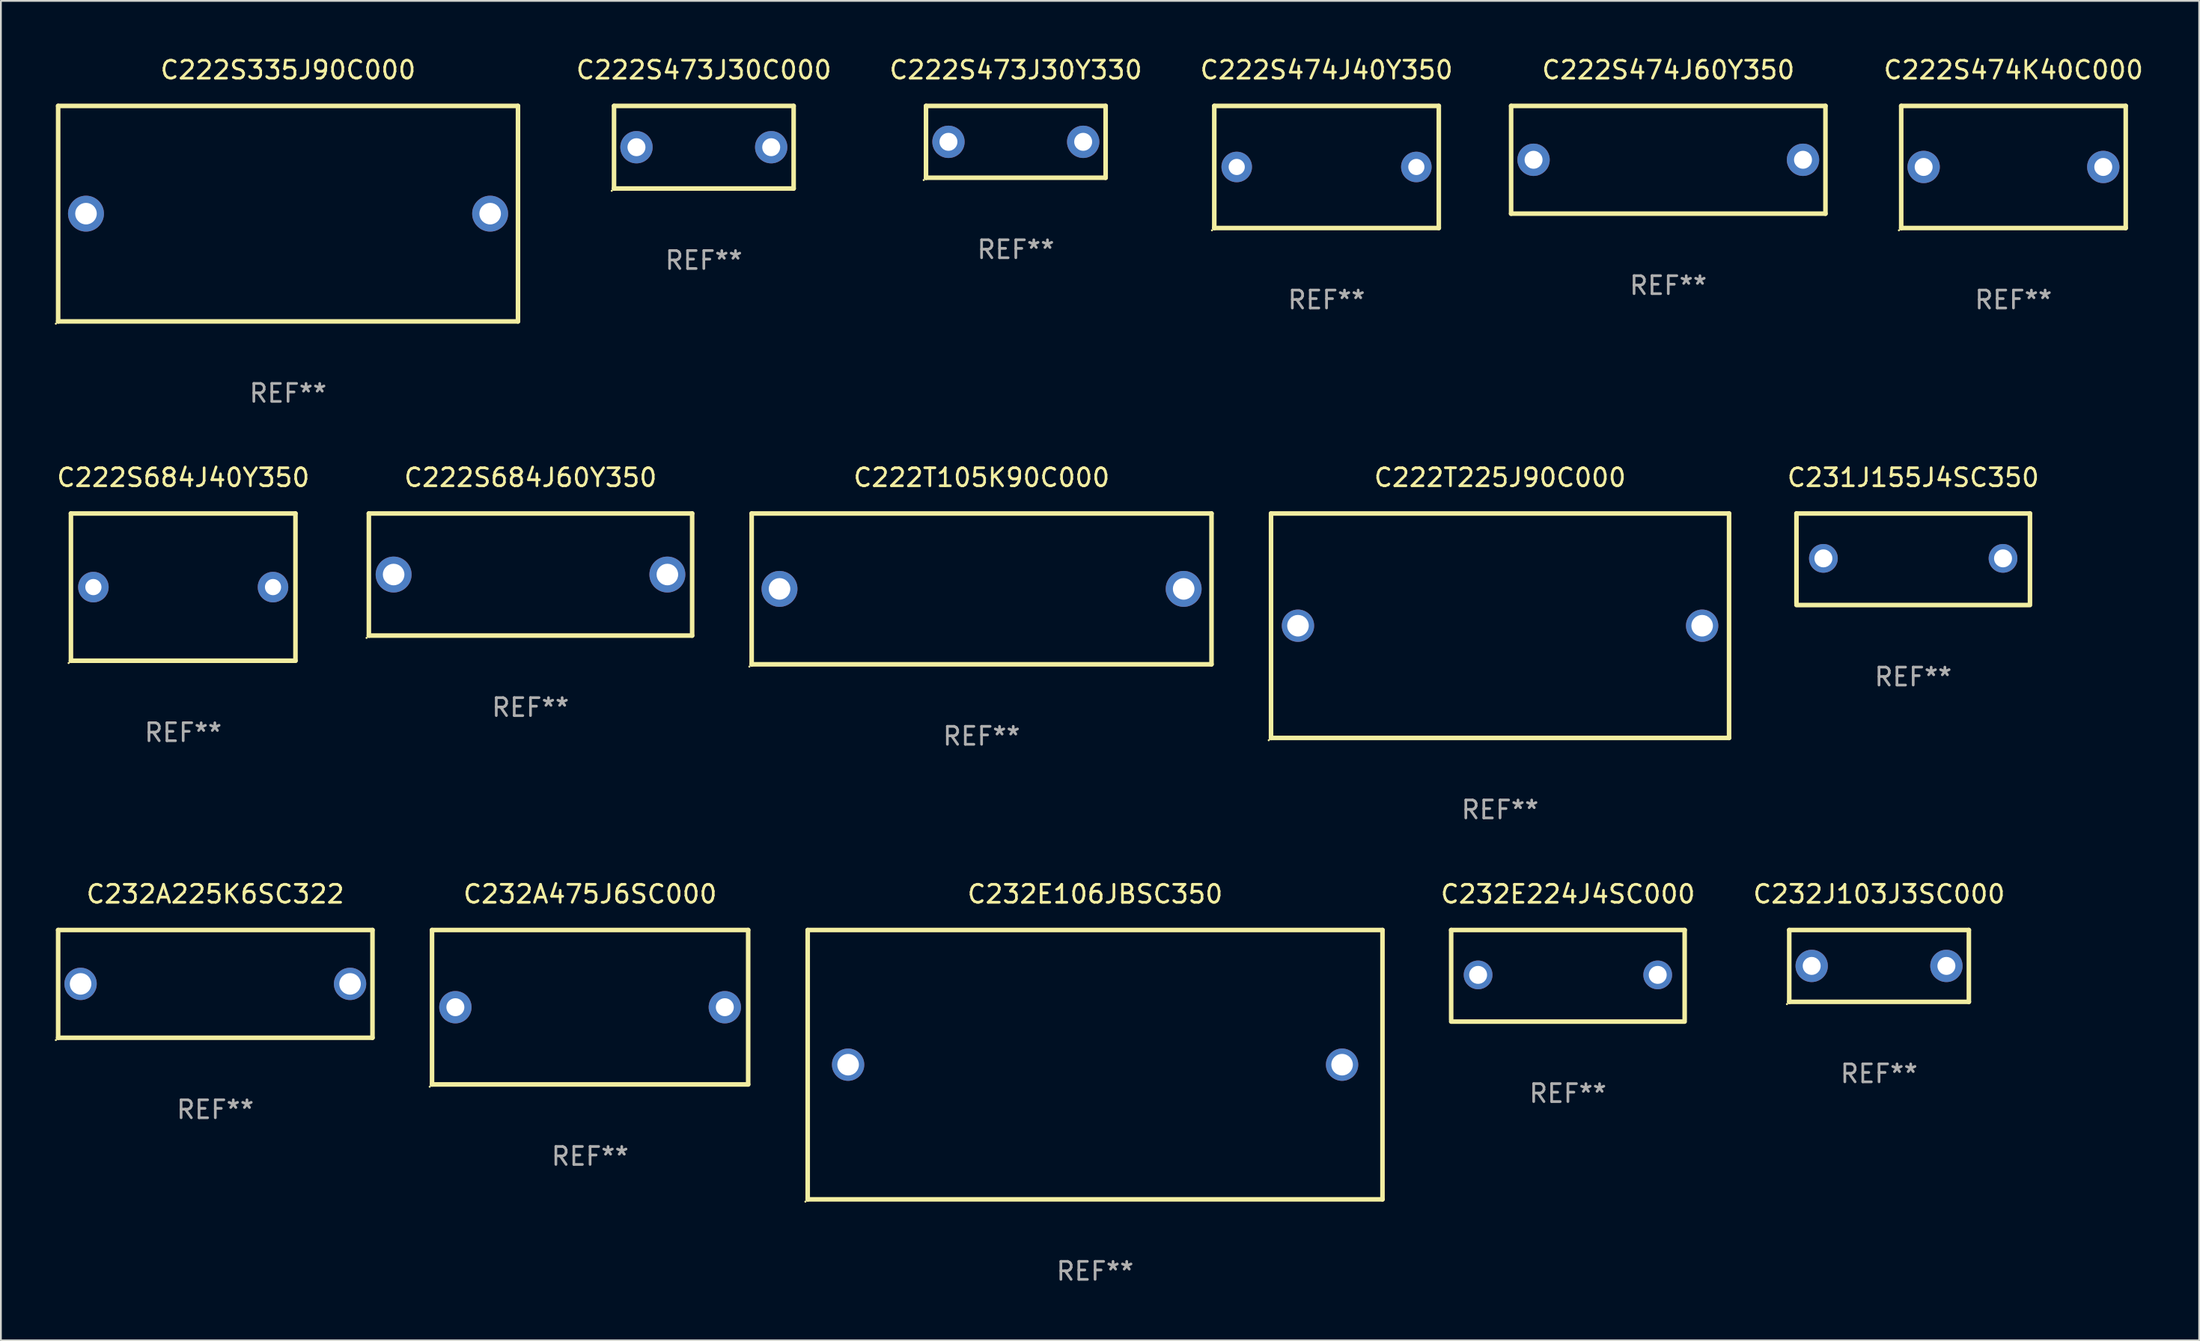
<source format=kicad_pcb>
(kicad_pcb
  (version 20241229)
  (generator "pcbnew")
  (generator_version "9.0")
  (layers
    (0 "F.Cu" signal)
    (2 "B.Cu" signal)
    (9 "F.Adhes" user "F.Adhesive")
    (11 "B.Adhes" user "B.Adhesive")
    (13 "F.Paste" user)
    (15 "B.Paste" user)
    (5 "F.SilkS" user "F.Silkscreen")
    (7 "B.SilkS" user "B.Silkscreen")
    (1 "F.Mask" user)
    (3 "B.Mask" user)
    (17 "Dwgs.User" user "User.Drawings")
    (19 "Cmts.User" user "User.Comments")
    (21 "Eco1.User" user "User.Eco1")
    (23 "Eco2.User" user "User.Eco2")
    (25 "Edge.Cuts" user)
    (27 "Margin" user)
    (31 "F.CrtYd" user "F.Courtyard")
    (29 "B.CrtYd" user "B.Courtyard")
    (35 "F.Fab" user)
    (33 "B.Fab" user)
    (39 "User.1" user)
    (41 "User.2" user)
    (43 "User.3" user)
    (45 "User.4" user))
  (footprint "C232A225K6SC322"
    (layer "F.Cu")
    (at 8.937 51.741)
    (property "Reference" "C232A225K6SC322" (at 0 -5 0) (layer "F.SilkS") (effects (font (size 1 1) (thickness 0.15))))
    (attr through_hole)
    (fp_line (start -8.75 -3) (end 8.75 -3) (stroke (width 0.254) (type solid)) (layer "F.SilkS"))
    (fp_line (start -8.75 3) (end -8.75 -3) (stroke (width 0.254) (type solid)) (layer "F.SilkS"))
    (fp_line (start 8.75 -3) (end 8.75 3) (stroke (width 0.254) (type solid)) (layer "F.SilkS"))
    (fp_line (start 8.75 3) (end -8.75 3) (stroke (width 0.254) (type solid)) (layer "F.SilkS"))
    (fp_circle (center -8.877 3.127) (end -8.847 3.127) (stroke (width 0.06) (type solid)) (fill no) (layer "F.SilkS"))
    (fp_text user "REF**" (at 0 7 0) (layer "F.Fab") (effects (font (size 1 1) (thickness 0.15))))
    (pad "1" thru_hole circle (at -7.501 0) (size 1.8 1.8) (drill 1.2) (layers "*.Cu" "*.Mask"))
    (pad "2" thru_hole circle (at 7.501 0) (size 1.8 1.8) (drill 1.2) (layers "*.Cu" "*.Mask")))
  (footprint "C222S473J30Y330"
    (layer "F.Cu")
    (at 53.503 4.848)
    (property "Reference" "C222S473J30Y330" (at 0 -4 0) (layer "F.SilkS") (effects (font (size 1 1) (thickness 0.15))))
    (attr through_hole)
    (fp_line (start -5 -2) (end 5 -2) (stroke (width 0.254) (type solid)) (layer "F.SilkS"))
    (fp_line (start -5 2) (end -5 -2) (stroke (width 0.254) (type solid)) (layer "F.SilkS"))
    (fp_line (start 5 -2) (end 5 2) (stroke (width 0.254) (type solid)) (layer "F.SilkS"))
    (fp_line (start 5 2) (end -5 2) (stroke (width 0.254) (type solid)) (layer "F.SilkS"))
    (fp_circle (center -5.127 2.127) (end -5.097 2.127) (stroke (width 0.06) (type solid)) (fill no) (layer "F.SilkS"))
    (fp_text user "REF**" (at 0 6 0) (layer "F.Fab") (effects (font (size 1 1) (thickness 0.15))))
    (pad "1" thru_hole circle (at -3.75 0) (size 1.8 1.8) (drill 1) (layers "*.Cu" "*.Mask"))
    (pad "2" thru_hole circle (at 3.75 0) (size 1.8 1.8) (drill 1) (layers "*.Cu" "*.Mask")))
  (footprint "C232E224J4SC000"
    (layer "F.Cu")
    (at 84.239 51.291)
    (property "Reference" "C232E224J4SC000" (at 0 -4.55 0) (layer "F.SilkS") (effects (font (size 1 1) (thickness 0.15))))
    (attr through_hole)
    (fp_line (start -6.5 -2.55) (end 6.5 -2.55) (stroke (width 0.254) (type solid)) (layer "F.SilkS"))
    (fp_line (start -6.5 2.45) (end -6.5 -2.55) (stroke (width 0.254) (type solid)) (layer "F.SilkS"))
    (fp_line (start 6.5 -2.55) (end 6.5 2.45) (stroke (width 0.254) (type solid)) (layer "F.SilkS"))
    (fp_line (start 6.5 2.55) (end -6.5 2.55) (stroke (width 0.254) (type solid)) (layer "F.SilkS"))
    (fp_circle (center -6.5 2.45) (end -6.47 2.45) (stroke (width 0.06) (type solid)) (fill no) (layer "F.SilkS"))
    (fp_text user "REF**" (at 0 6.55 0) (layer "F.Fab") (effects (font (size 1 1) (thickness 0.15))))
    (pad "1" thru_hole circle (at -5 -0.05) (size 1.6 1.6) (drill 1) (layers "*.Cu" "*.Mask"))
    (pad "2" thru_hole circle (at 5 -0.05) (size 1.6 1.6) (drill 1) (layers "*.Cu" "*.Mask")))
  (footprint "C222S684J40Y350"
    (layer "F.Cu")
    (at 7.149 29.645)
    (property "Reference" "C222S684J40Y350" (at 0 -6.1 0) (layer "F.SilkS") (effects (font (size 1 1) (thickness 0.15))))
    (attr through_hole)
    (fp_line (start -6.25 -4.1) (end -6.25 4.1) (stroke (width 0.254) (type solid)) (layer "F.SilkS"))
    (fp_line (start -6.25 -4.1) (end 6.249 -4.1) (stroke (width 0.254) (type solid)) (layer "F.SilkS"))
    (fp_line (start -6.249 4.1) (end 6.25 4.1) (stroke (width 0.254) (type solid)) (layer "F.SilkS"))
    (fp_line (start 6.25 -4.1) (end 6.25 4.1) (stroke (width 0.254) (type solid)) (layer "F.SilkS"))
    (fp_circle (center -6.377 4.227) (end -6.347 4.227) (stroke (width 0.06) (type solid)) (fill no) (layer "F.SilkS"))
    (fp_text user "REF**" (at 0 8.1 0) (layer "F.Fab") (effects (font (size 1 1) (thickness 0.15))))
    (pad "1" thru_hole circle (at -5 0.000013) (size 1.7 1.7) (drill 0.9) (layers "*.Cu" "*.Mask"))
    (pad "2" thru_hole circle (at 5 0.000013) (size 1.7 1.7) (drill 0.9) (layers "*.Cu" "*.Mask")))
  (footprint "C222S473J30C000"
    (layer "F.Cu")
    (at 36.134 5.148)
    (property "Reference" "C222S473J30C000" (at 0 -4.3 0) (layer "F.SilkS") (effects (font (size 1 1) (thickness 0.15))))
    (attr through_hole)
    (fp_line (start -5 -2.3) (end 5 -2.3) (stroke (width 0.254) (type solid)) (layer "F.SilkS"))
    (fp_line (start -5 2.3) (end -5 -2.3) (stroke (width 0.254) (type solid)) (layer "F.SilkS"))
    (fp_line (start -5 2.3) (end 5 2.3) (stroke (width 0.254) (type solid)) (layer "F.SilkS"))
    (fp_line (start 5 2.3) (end 5 -2.3) (stroke (width 0.254) (type solid)) (layer "F.SilkS"))
    (fp_circle (center -5.127 2.427) (end -5.097 2.427) (stroke (width 0.06) (type solid)) (fill no) (layer "F.SilkS"))
    (fp_text user "REF**" (at 0 6.3 0) (layer "F.Fab") (effects (font (size 1 1) (thickness 0.15))))
    (pad "1" thru_hole circle (at -3.75 0) (size 1.8 1.8) (drill 1) (layers "*.Cu" "*.Mask"))
    (pad "2" thru_hole circle (at 3.75 0) (size 1.8 1.8) (drill 1) (layers "*.Cu" "*.Mask")))
  (footprint "C222S474K40C000"
    (layer "F.Cu")
    (at 109.044 6.248)
    (property "Reference" "C222S474K40C000" (at 0 -5.4 0) (layer "F.SilkS") (effects (font (size 1 1) (thickness 0.15))))
    (attr through_hole)
    (fp_line (start -6.25 -3.4) (end -6.25 3.4) (stroke (width 0.254) (type solid)) (layer "F.SilkS"))
    (fp_line (start -6.25 -3.4) (end 6.249 -3.4) (stroke (width 0.254) (type solid)) (layer "F.SilkS"))
    (fp_line (start -6.249 3.4) (end 6.25 3.4) (stroke (width 0.254) (type solid)) (layer "F.SilkS"))
    (fp_line (start 6.25 -3.4) (end 6.25 3.4) (stroke (width 0.254) (type solid)) (layer "F.SilkS"))
    (fp_circle (center -6.377 3.527) (end -6.347 3.527) (stroke (width 0.06) (type solid)) (fill no) (layer "F.SilkS"))
    (fp_text user "REF**" (at 0 7.4 0) (layer "F.Fab") (effects (font (size 1 1) (thickness 0.15))))
    (pad "1" thru_hole circle (at -5 -0.000038) (size 1.8 1.8) (drill 1) (layers "*.Cu" "*.Mask"))
    (pad "2" thru_hole circle (at 5 -0.000038) (size 1.8 1.8) (drill 1) (layers "*.Cu" "*.Mask")))
  (footprint "C232E106JBSC350"
    (layer "F.Cu")
    (at 57.916 56.241)
    (property "Reference" "C232E106JBSC350" (at 0 -9.5 0) (layer "F.SilkS") (effects (font (size 1 1) (thickness 0.15))))
    (attr through_hole)
    (fp_line (start -16 -7.5) (end 16 -7.5) (stroke (width 0.254) (type solid)) (layer "F.SilkS"))
    (fp_line (start -16 7.5) (end -16 -7.5) (stroke (width 0.254) (type solid)) (layer "F.SilkS"))
    (fp_line (start 16 -7.5) (end 16 7.5) (stroke (width 0.254) (type solid)) (layer "F.SilkS"))
    (fp_line (start 16 7.5) (end -16 7.5) (stroke (width 0.254) (type solid)) (layer "F.SilkS"))
    (fp_circle (center -16.127 7.627) (end -16.097 7.627) (stroke (width 0.06) (type solid)) (fill no) (layer "F.SilkS"))
    (fp_text user "REF**" (at 0 11.5 0) (layer "F.Fab") (effects (font (size 1 1) (thickness 0.15))))
    (pad "1" thru_hole circle (at -13.75 0) (size 1.8 1.8) (drill 1.2) (layers "*.Cu" "*.Mask"))
    (pad "2" thru_hole circle (at 13.75 0) (size 1.8 1.8) (drill 1.2) (layers "*.Cu" "*.Mask")))
  (footprint "C222S474J60Y350"
    (layer "F.Cu")
    (at 89.827 5.848)
    (property "Reference" "C222S474J60Y350" (at 0 -5 0) (layer "F.SilkS") (effects (font (size 1 1) (thickness 0.15))))
    (attr through_hole)
    (fp_line (start -8.75 -3) (end 8.75 -3) (stroke (width 0.254) (type solid)) (layer "F.SilkS"))
    (fp_line (start -8.75 3) (end -8.75 -3) (stroke (width 0.254) (type solid)) (layer "F.SilkS"))
    (fp_line (start 8.75 -3) (end 8.75 3) (stroke (width 0.254) (type solid)) (layer "F.SilkS"))
    (fp_line (start 8.75 3) (end -8.75 3) (stroke (width 0.254) (type solid)) (layer "F.SilkS"))
    (fp_circle (center -8.75 3) (end -8.72 3) (stroke (width 0.06) (type solid)) (fill no) (layer "F.SilkS"))
    (fp_text user "REF**" (at 0 7 0) (layer "F.Fab") (effects (font (size 1 1) (thickness 0.15))))
    (pad "1" thru_hole circle (at -7.5 0) (size 1.8 1.8) (drill 1) (layers "*.Cu" "*.Mask"))
    (pad "2" thru_hole circle (at 7.5 0) (size 1.8 1.8) (drill 1) (layers "*.Cu" "*.Mask")))
  (footprint "C222S474J40Y350"
    (layer "F.Cu")
    (at 70.801 6.248)
    (property "Reference" "C222S474J40Y350" (at 0 -5.4 0) (layer "F.SilkS") (effects (font (size 1 1) (thickness 0.15))))
    (attr through_hole)
    (fp_line (start -6.25 -3.4) (end 6.249 -3.4) (stroke (width 0.254) (type solid)) (layer "F.SilkS"))
    (fp_line (start -6.25 -3.4) (end -6.25 3.4) (stroke (width 0.254) (type solid)) (layer "F.SilkS"))
    (fp_line (start -6.249 3.4) (end 6.25 3.4) (stroke (width 0.254) (type solid)) (layer "F.SilkS"))
    (fp_line (start 6.25 -3.4) (end 6.25 3.4) (stroke (width 0.254) (type solid)) (layer "F.SilkS"))
    (fp_circle (center -6.377 3.527) (end -6.347 3.527) (stroke (width 0.06) (type solid)) (fill no) (layer "F.SilkS"))
    (fp_text user "REF**" (at 0 7.4 0) (layer "F.Fab") (effects (font (size 1 1) (thickness 0.15))))
    (pad "1" thru_hole circle (at -5 -0.000013) (size 1.7 1.7) (drill 0.9) (layers "*.Cu" "*.Mask"))
    (pad "2" thru_hole circle (at 5 -0.000013) (size 1.7 1.7) (drill 0.9) (layers "*.Cu" "*.Mask")))
  (footprint "C222T225J90C000"
    (layer "F.Cu")
    (at 80.461 31.795)
    (property "Reference" "C222T225J90C000" (at 0 -8.25 0) (layer "F.SilkS") (effects (font (size 1 1) (thickness 0.15))))
    (attr through_hole)
    (fp_line (start -12.75 -6.25) (end 12.75 -6.25) (stroke (width 0.254) (type solid)) (layer "F.SilkS"))
    (fp_line (start -12.75 6.25) (end -12.75 -6.25) (stroke (width 0.254) (type solid)) (layer "F.SilkS"))
    (fp_line (start 12.75 -6.25) (end 12.75 6.25) (stroke (width 0.254) (type solid)) (layer "F.SilkS"))
    (fp_line (start 12.75 6.25) (end -12.75 6.25) (stroke (width 0.254) (type solid)) (layer "F.SilkS"))
    (fp_circle (center -12.877 6.377) (end -12.847 6.377) (stroke (width 0.06) (type solid)) (fill no) (layer "F.SilkS"))
    (fp_text user "REF**" (at 0 10.25 0) (layer "F.Fab") (effects (font (size 1 1) (thickness 0.15))))
    (pad "1" thru_hole circle (at -11.25 0) (size 1.8 1.8) (drill 1.2) (layers "*.Cu" "*.Mask"))
    (pad "2" thru_hole circle (at 11.25 0) (size 1.8 1.8) (drill 1.2) (layers "*.Cu" "*.Mask")))
  (footprint "C232J103J3SC000"
    (layer "F.Cu")
    (at 101.561 50.741)
    (property "Reference" "C232J103J3SC000" (at 0 -4 0) (layer "F.SilkS") (effects (font (size 1 1) (thickness 0.15))))
    (attr through_hole)
    (fp_line (start -5 -2) (end 5 -2) (stroke (width 0.254) (type solid)) (layer "F.SilkS"))
    (fp_line (start -5 2) (end -5 -2) (stroke (width 0.254) (type solid)) (layer "F.SilkS"))
    (fp_line (start 5 -2) (end 5 2) (stroke (width 0.254) (type solid)) (layer "F.SilkS"))
    (fp_line (start 5 2) (end -5 2) (stroke (width 0.254) (type solid)) (layer "F.SilkS"))
    (fp_circle (center -5.127 2.127) (end -5.097 2.127) (stroke (width 0.06) (type solid)) (fill no) (layer "F.SilkS"))
    (fp_text user "REF**" (at 0 6 0) (layer "F.Fab") (effects (font (size 1 1) (thickness 0.15))))
    (pad "1" thru_hole circle (at -3.75 0) (size 1.8 1.8) (drill 1) (layers "*.Cu" "*.Mask"))
    (pad "2" thru_hole circle (at 3.75 0) (size 1.8 1.8) (drill 1) (layers "*.Cu" "*.Mask")))
  (footprint "C222S684J60Y350"
    (layer "F.Cu")
    (at 26.484 28.945)
    (property "Reference" "C222S684J60Y350" (at 0 -5.4 0) (layer "F.SilkS") (effects (font (size 1 1) (thickness 0.15))))
    (attr through_hole)
    (fp_line (start -8.999 -3.4) (end 8.999 -3.4) (stroke (width 0.254) (type solid)) (layer "F.SilkS"))
    (fp_line (start -8.999 3.4) (end -8.999 -3.4) (stroke (width 0.254) (type solid)) (layer "F.SilkS"))
    (fp_line (start 8.999 -3.4) (end 8.999 3.4) (stroke (width 0.254) (type solid)) (layer "F.SilkS"))
    (fp_line (start 8.999 3.4) (end -8.999 3.4) (stroke (width 0.254) (type solid)) (layer "F.SilkS"))
    (fp_circle (center -9.126 3.527) (end -9.096 3.527) (stroke (width 0.06) (type solid)) (fill no) (layer "F.SilkS"))
    (fp_text user "REF**" (at 0 7.4 0) (layer "F.Fab") (effects (font (size 1 1) (thickness 0.15))))
    (pad "1" thru_hole circle (at -7.62 0) (size 2 2) (drill 1.2) (layers "*.Cu" "*.Mask"))
    (pad "2" thru_hole circle (at 7.62 0) (size 2 2) (drill 1.2) (layers "*.Cu" "*.Mask")))
  (footprint "C222T105K90C000"
    (layer "F.Cu")
    (at 51.597 29.745)
    (property "Reference" "C222T105K90C000" (at 0 -6.2 0) (layer "F.SilkS") (effects (font (size 1 1) (thickness 0.15))))
    (attr through_hole)
    (fp_line (start -12.8 -4.2) (end -12.8 4.2) (stroke (width 0.254) (type solid)) (layer "F.SilkS"))
    (fp_line (start -12.8 -4.2) (end 12.8 -4.2) (stroke (width 0.254) (type solid)) (layer "F.SilkS"))
    (fp_line (start 12.8 -4.2) (end 12.8 4.2) (stroke (width 0.254) (type solid)) (layer "F.SilkS"))
    (fp_line (start 12.8 4.2) (end -12.8 4.2) (stroke (width 0.254) (type solid)) (layer "F.SilkS"))
    (fp_circle (center -12.927 4.327) (end -12.897 4.327) (stroke (width 0.06) (type solid)) (fill no) (layer "F.SilkS"))
    (fp_text user "REF**" (at 0 8.2 0) (layer "F.Fab") (effects (font (size 1 1) (thickness 0.15))))
    (pad "1" thru_hole circle (at -11.25 0) (size 2 2) (drill 1.2) (layers "*.Cu" "*.Mask"))
    (pad "2" thru_hole circle (at 11.25 0) (size 2 2) (drill 1.2) (layers "*.Cu" "*.Mask")))
  (footprint "C232A475J6SC000"
    (layer "F.Cu")
    (at 29.802 53.041)
    (property "Reference" "C232A475J6SC000" (at 0 -6.3 0) (layer "F.SilkS") (effects (font (size 1 1) (thickness 0.15))))
    (attr through_hole)
    (fp_line (start -8.8 -4.3) (end -8.8 4.3) (stroke (width 0.254) (type solid)) (layer "F.SilkS"))
    (fp_line (start -8.8 -4.3) (end 8.8 -4.3) (stroke (width 0.254) (type solid)) (layer "F.SilkS"))
    (fp_line (start -8.8 4.3) (end 8.8 4.3) (stroke (width 0.254) (type solid)) (layer "F.SilkS"))
    (fp_line (start 8.8 -4.3) (end 8.8 4.3) (stroke (width 0.254) (type solid)) (layer "F.SilkS"))
    (fp_circle (center -8.927 4.427) (end -8.897 4.427) (stroke (width 0.06) (type solid)) (fill no) (layer "F.SilkS"))
    (fp_text user "REF**" (at 0 8.3 0) (layer "F.Fab") (effects (font (size 1 1) (thickness 0.15))))
    (pad "1" thru_hole circle (at -7.5 0) (size 1.8 1.8) (drill 1) (layers "*.Cu" "*.Mask"))
    (pad "2" thru_hole circle (at 7.5 0) (size 1.8 1.8) (drill 1) (layers "*.Cu" "*.Mask")))
  (footprint "C222S335J90C000"
    (layer "F.Cu")
    (at 12.987 8.848)
    (property "Reference" "C222S335J90C000" (at 0 -8 0) (layer "F.SilkS") (effects (font (size 1 1) (thickness 0.15))))
    (attr through_hole)
    (fp_line (start -12.8 -6) (end 12.8 -6) (stroke (width 0.254) (type solid)) (layer "F.SilkS"))
    (fp_line (start -12.8 6) (end -12.8 -6) (stroke (width 0.254) (type solid)) (layer "F.SilkS"))
    (fp_line (start -12.8 6) (end 12.8 6) (stroke (width 0.254) (type solid)) (layer "F.SilkS"))
    (fp_line (start 12.8 -6) (end 12.8 6) (stroke (width 0.254) (type solid)) (layer "F.SilkS"))
    (fp_circle (center -12.927 6.127) (end -12.897 6.127) (stroke (width 0.06) (type solid)) (fill no) (layer "F.SilkS"))
    (fp_text user "REF**" (at 0 10 0) (layer "F.Fab") (effects (font (size 1 1) (thickness 0.15))))
    (pad "1" thru_hole circle (at -11.25 0) (size 2 2) (drill 1.2) (layers "*.Cu" "*.Mask"))
    (pad "2" thru_hole circle (at 11.25 0) (size 2 2) (drill 1.2) (layers "*.Cu" "*.Mask")))
  (footprint "C231J155J4SC350"
    (layer "F.Cu")
    (at 103.463 28.095)
    (property "Reference" "C231J155J4SC350" (at 0 -4.55 0) (layer "F.SilkS") (effects (font (size 1 1) (thickness 0.15))))
    (attr through_hole)
    (fp_line (start -6.5 -2.55) (end 6.5 -2.55) (stroke (width 0.254) (type solid)) (layer "F.SilkS"))
    (fp_line (start -6.5 2.45) (end -6.5 -2.55) (stroke (width 0.254) (type solid)) (layer "F.SilkS"))
    (fp_line (start 6.5 -2.55) (end 6.5 2.45) (stroke (width 0.254) (type solid)) (layer "F.SilkS"))
    (fp_line (start 6.5 2.55) (end -6.5 2.55) (stroke (width 0.254) (type solid)) (layer "F.SilkS"))
    (fp_circle (center -6.5 2.45) (end -6.47 2.45) (stroke (width 0.06) (type solid)) (fill no) (layer "F.SilkS"))
    (fp_text user "REF**" (at 0 6.55 0) (layer "F.Fab") (effects (font (size 1 1) (thickness 0.15))))
    (pad "1" thru_hole circle (at -5 -0.05) (size 1.6 1.6) (drill 1) (layers "*.Cu" "*.Mask"))
    (pad "2" thru_hole circle (at 5 -0.05) (size 1.6 1.6) (drill 1) (layers "*.Cu" "*.Mask")))
  (gr_rect
    (start -3 -3)
    (end 119.383 71.59)
    (stroke (width 0.1) (type default))
    (fill no)
    (layer "Edge.Cuts")))
</source>
